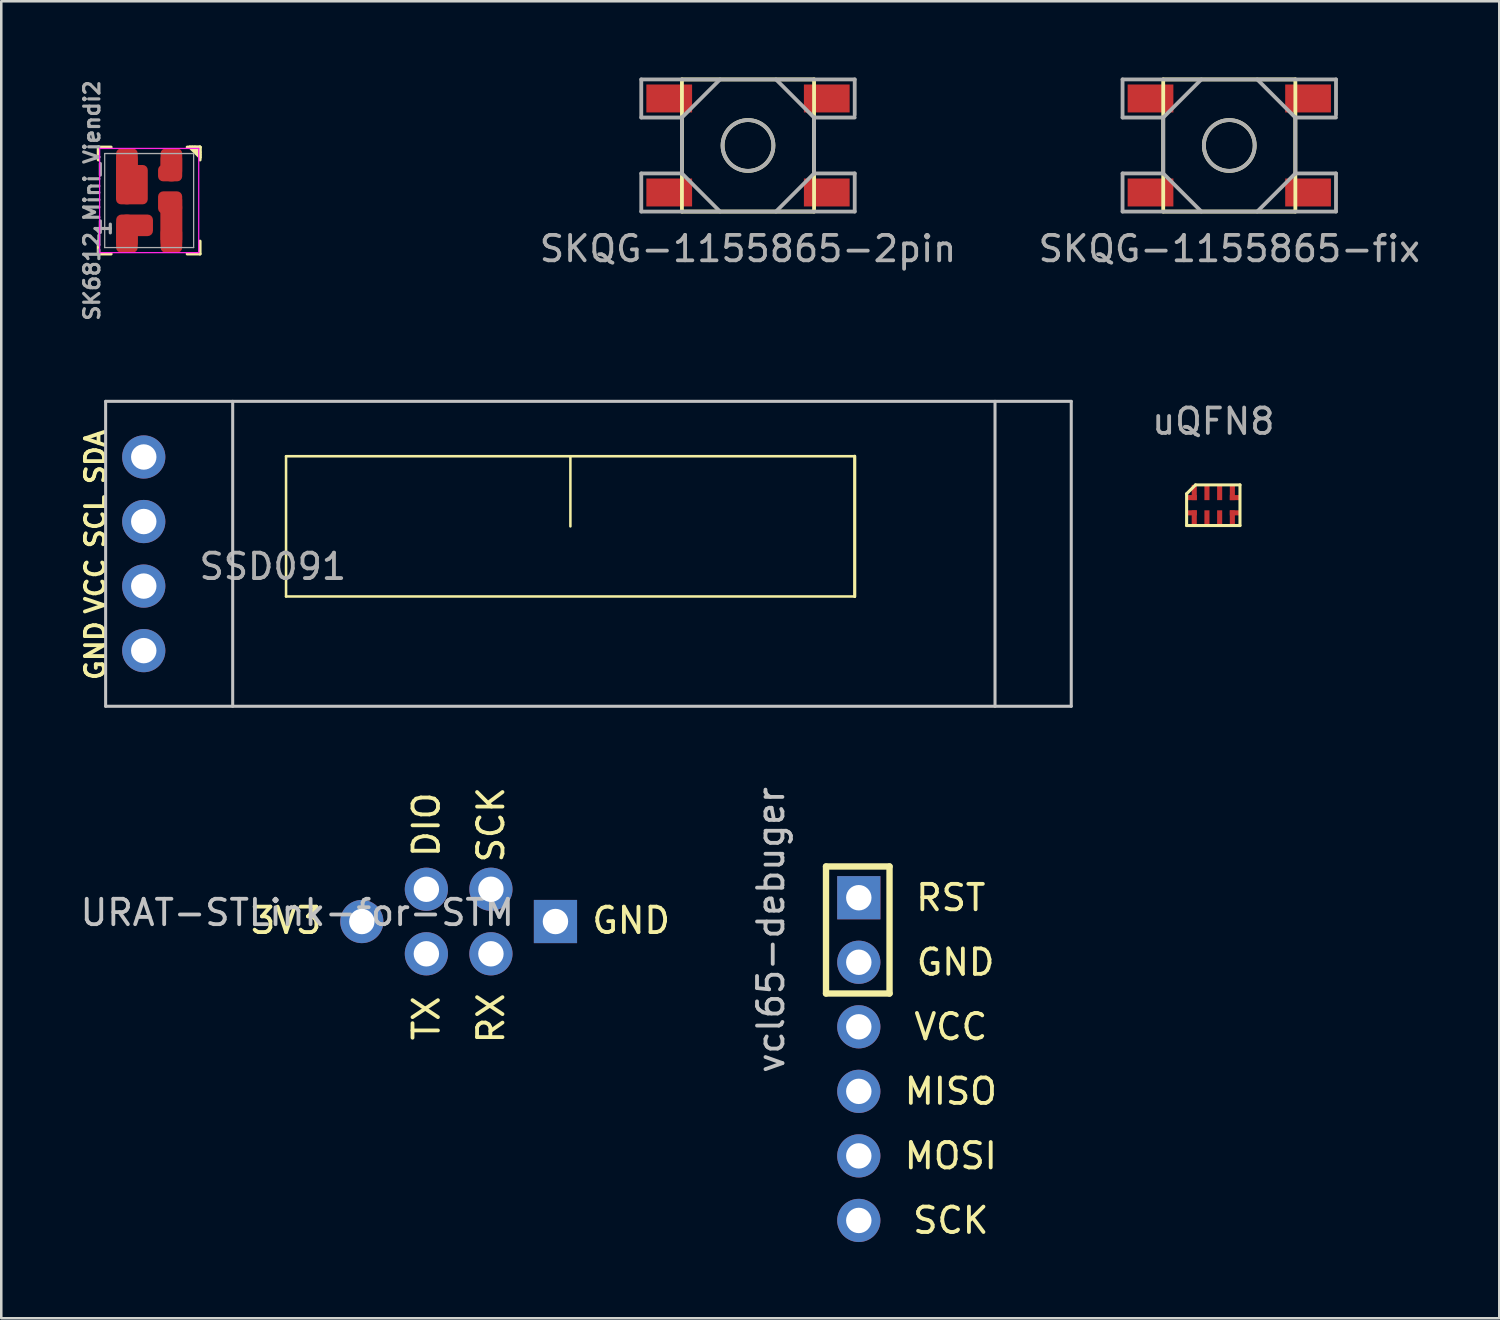
<source format=kicad_pcb>
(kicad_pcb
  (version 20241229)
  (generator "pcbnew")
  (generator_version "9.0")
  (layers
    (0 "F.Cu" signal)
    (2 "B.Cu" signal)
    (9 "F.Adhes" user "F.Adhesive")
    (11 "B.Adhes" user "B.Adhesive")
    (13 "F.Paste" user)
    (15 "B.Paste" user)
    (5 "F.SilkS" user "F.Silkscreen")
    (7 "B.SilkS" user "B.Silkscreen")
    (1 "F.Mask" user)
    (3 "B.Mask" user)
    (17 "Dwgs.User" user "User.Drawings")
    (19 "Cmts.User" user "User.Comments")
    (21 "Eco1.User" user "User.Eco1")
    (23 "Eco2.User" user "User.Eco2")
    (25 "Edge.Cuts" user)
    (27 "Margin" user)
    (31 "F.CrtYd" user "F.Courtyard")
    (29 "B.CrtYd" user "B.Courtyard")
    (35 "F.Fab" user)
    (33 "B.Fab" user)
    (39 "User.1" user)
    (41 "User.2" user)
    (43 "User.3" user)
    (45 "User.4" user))
  (footprint "SSD091"
    (layer "F.Cu")
    (at 19.397 17.664)
    (property "Reference" "SSD091" (at -11.71 1.58 0) (layer "F.Fab") (effects (font (size 1 1) (thickness 0.15))))
    (attr through_hole)
    (fp_line (start -11.19 -2.76) (end -11.19 2.76) (stroke (width 0.1) (type solid)) (layer "F.SilkS"))
    (fp_line (start -11.19 -2.76) (end 11.19 -2.76) (stroke (width 0.1) (type solid)) (layer "F.SilkS"))
    (fp_line (start -11.19 2.76) (end 11.19 2.76) (stroke (width 0.1) (type solid)) (layer "F.SilkS"))
    (fp_line (start 0 -2.76) (end 0 0) (stroke (width 0.1) (type solid)) (layer "F.SilkS"))
    (fp_line (start 11.19 -2.76) (end 11.19 2.76) (stroke (width 0.1) (type solid)) (layer "F.SilkS"))
    (fp_line (start 11.19 2.76) (end 11.19 -2.76) (stroke (width 0.12) (type solid)) (layer "F.SilkS"))
    (fp_line (start -18.29 -4.92) (end -18.29 7.08) (stroke (width 0.12) (type solid)) (layer "Dwgs.User"))
    (fp_line (start -18.29 -4.92) (end 19.71 -4.92) (stroke (width 0.12) (type solid)) (layer "Dwgs.User"))
    (fp_line (start -18.29 7.08) (end 19.71 7.08) (stroke (width 0.12) (type solid)) (layer "Dwgs.User"))
    (fp_line (start -13.29 -4.92) (end -13.29 7.08) (stroke (width 0.12) (type solid)) (layer "Dwgs.User"))
    (fp_line (start 16.71 -4.92) (end 16.71 7.08) (stroke (width 0.12) (type solid)) (layer "Dwgs.User"))
    (fp_line (start 19.71 -4.92) (end 19.71 7.08) (stroke (width 0.12) (type solid)) (layer "Dwgs.User"))
    (fp_text user "SDA" (at -18.695 -2.73 90) (layer "F.SilkS") (effects (font (size 0.75 0.75) (thickness 0.15))))
    (fp_text user "VCC" (at -18.695 2.35 90) (layer "F.SilkS") (effects (font (size 0.75 0.75) (thickness 0.15))))
    (fp_text user "GND" (at -18.695 4.89 90) (layer "F.SilkS") (effects (font (size 0.75 0.75) (thickness 0.15))))
    (fp_text user "SCL" (at -18.695 -0.19 90) (layer "F.SilkS") (effects (font (size 0.75 0.75) (thickness 0.15))))
    (pad "1" thru_hole circle (at -16.79 -2.73) (size 1.7 1.7) (drill 1) (layers "*.Cu" "*.Mask"))
    (pad "2" thru_hole circle (at -16.79 -0.19) (size 1.7 1.7) (drill 1) (layers "*.Cu" "*.Mask"))
    (pad "3" thru_hole circle (at -16.79 2.35) (size 1.7 1.7) (drill 1) (layers "*.Cu" "*.Mask"))
    (pad "4" thru_hole circle (at -16.79 4.89) (size 1.7 1.7) (drill 1) (layers "*.Cu" "*.Mask")))
  (footprint "uQFN8"
    (layer "F.Cu")
    (at 44.697 16.832)
    (property "Reference" "uQFN8" (at 0 -3.3 0) (layer "F.Fab") (effects (font (size 1 1) (thickness 0.15))))
    (attr smd)
    (fp_line (start -1.05 -0.45) (end -1.05 0.8) (stroke (width 0.12) (type solid)) (layer "F.SilkS"))
    (fp_line (start -1.05 -0.45) (end -0.7 -0.8) (stroke (width 0.12) (type solid)) (layer "F.SilkS"))
    (fp_line (start 1.05 -0.8) (end -0.7 -0.8) (stroke (width 0.12) (type solid)) (layer "F.SilkS"))
    (fp_line (start 1.05 -0.8) (end 1.05 0.8) (stroke (width 0.12) (type solid)) (layer "F.SilkS"))
    (fp_line (start 1.05 0.8) (end -1.05 0.8) (stroke (width 0.12) (type solid)) (layer "F.SilkS"))
    (pad "1" smd rect (at -0.85 -0.3 90) (size 0.2 0.4) (layers "F.Cu" "F.Mask" "F.Paste"))
    (pad "1" smd rect (at -0.75 -0.5) (size 0.2 0.6) (layers "F.Cu" "F.Mask" "F.Paste"))
    (pad "2" smd rect (at -0.25 -0.5) (size 0.2 0.6) (layers "F.Cu" "F.Mask" "F.Paste"))
    (pad "3" smd rect (at 0.25 -0.5) (size 0.2 0.6) (layers "F.Cu" "F.Mask" "F.Paste"))
    (pad "4" smd rect (at 0.75 -0.5) (size 0.2 0.6) (layers "F.Cu" "F.Mask" "F.Paste"))
    (pad "4" smd rect (at 0.85 -0.3 90) (size 0.2 0.4) (layers "F.Cu" "F.Mask" "F.Paste"))
    (pad "5" smd rect (at 0.75 0.5 180) (size 0.2 0.6) (layers "F.Cu" "F.Mask" "F.Paste"))
    (pad "5" smd rect (at 0.85 0.3 90) (size 0.2 0.4) (layers "F.Cu" "F.Mask" "F.Paste"))
    (pad "6" smd rect (at 0.25 0.5 180) (size 0.2 0.6) (layers "F.Cu" "F.Mask" "F.Paste"))
    (pad "7" smd rect (at -0.25 0.5 180) (size 0.2 0.6) (layers "F.Cu" "F.Mask" "F.Paste"))
    (pad "8" smd rect (at -0.85 0.3 90) (size 0.2 0.4) (layers "F.Cu" "F.Mask" "F.Paste"))
    (pad "8" smd rect (at -0.75 0.5 180) (size 0.2 0.6) (layers "F.Cu" "F.Mask" "F.Paste")))
  (footprint "SK6812_Mini_Viendi2"
    (layer "F.Cu")
    (at 14.82 4.842)
    (property "Reference" "SK6812_Mini_Viendi2" (at -14.25 0 270) (layer "F.Fab") (effects (font (size 0.6 0.6) (thickness 0.125))))
    (attr smd)
    (fp_line (start -14 -2.1) (end -14 -1.6) (stroke (width 0.125) (type solid)) (layer "F.SilkS"))
    (fp_line (start -14 -2.1) (end -13.5 -2.1) (stroke (width 0.125) (type solid)) (layer "F.SilkS"))
    (fp_line (start -14 2.1) (end -14 1.6) (stroke (width 0.125) (type solid)) (layer "F.SilkS"))
    (fp_line (start -14 2.1) (end -13.5 2.1) (stroke (width 0.125) (type solid)) (layer "F.SilkS"))
    (fp_line (start -10.4 -2.1) (end -10 -2.1) (stroke (width 0.125) (type solid)) (layer "F.SilkS"))
    (fp_line (start -10.3 -2.1) (end -10 -1.8) (stroke (width 0.125) (type solid)) (layer "F.SilkS"))
    (fp_line (start -10.2 -2.1) (end -10 -1.9) (stroke (width 0.125) (type solid)) (layer "F.SilkS"))
    (fp_line (start -10 -2.1) (end -10.5 -2.1) (stroke (width 0.125) (type solid)) (layer "F.SilkS"))
    (fp_line (start -10 -2.1) (end -10 -1.7) (stroke (width 0.125) (type solid)) (layer "F.SilkS"))
    (fp_line (start -10 -2.1) (end -10 -1.6) (stroke (width 0.125) (type solid)) (layer "F.SilkS"))
    (fp_line (start -10 -1.7) (end -10.4 -2.1) (stroke (width 0.125) (type solid)) (layer "F.SilkS"))
    (fp_line (start -10 2.1) (end -10.5 2.1) (stroke (width 0.125) (type solid)) (layer "F.SilkS"))
    (fp_line (start -10 2.1) (end -10 1.6) (stroke (width 0.125) (type solid)) (layer "F.SilkS"))
    (fp_line (start -13.95 -2.05) (end -10.05 -2.05) (stroke (width 0.05) (type solid)) (layer "F.CrtYd"))
    (fp_line (start -13.95 2.05) (end -13.95 -2.05) (stroke (width 0.05) (type solid)) (layer "F.CrtYd"))
    (fp_line (start -10.05 -2.05) (end -10.05 2.05) (stroke (width 0.05) (type solid)) (layer "F.CrtYd"))
    (fp_line (start -10.05 2.05) (end -13.95 2.05) (stroke (width 0.05) (type solid)) (layer "F.CrtYd"))
    (fp_line (start -13.75 -1.85) (end -10.25 -1.85) (stroke (width 0.05) (type solid)) (layer "F.Fab"))
    (fp_line (start -13.75 1.85) (end -13.75 -1.85) (stroke (width 0.05) (type solid)) (layer "F.Fab"))
    (fp_line (start -10.25 -1.85) (end -10.25 1.85) (stroke (width 0.05) (type solid)) (layer "F.Fab"))
    (fp_line (start -10.25 1.85) (end -13.75 1.85) (stroke (width 0.05) (type solid)) (layer "F.Fab"))
    (fp_text user "1" (at -13.8 1.1 270) (layer "F.Fab") (effects (font (size 0.6 0.6) (thickness 0.125))))
    (pad "1" smd oval (at -12.875 1.3 90) (size 1.5 0.85) (layers "F.Cu" "F.Paste"))
    (pad "1" smd roundrect (at -12.875 1.55 90) (size 1 0.85) (layers "F.Cu" "F.Mask") (roundrect_rratio 0.235))
    (pad "1" smd roundrect (at -12.575 0.975 90) (size 0.85 1.45) (layers "F.Cu" "F.Mask") (roundrect_rratio 0.25))
    (pad "2" smd roundrect (at -11.175 0.075 90) (size 0.875 0.95) (layers "F.Cu" "F.Mask") (roundrect_rratio 0.235))
    (pad "2" smd rect (at -11.125 0.75 90) (size 1.6 0.85) (layers "F.Cu" "F.Mask"))
    (pad "2" smd oval (at -11.125 0.95 90) (size 2.2 0.85) (layers "F.Cu" "F.Paste"))
    (pad "2" smd roundrect (at -11.125 1.55 90) (size 1 0.85) (layers "F.Cu" "F.Mask") (roundrect_rratio 0.235))
    (pad "3" smd roundrect (at -11.175 -1.08 90) (size 0.65 0.95) (layers "F.Cu" "F.Mask") (roundrect_rratio 0.307))
    (pad "3" smd roundrect (at -11.125 -1.55 90) (size 1 0.85) (layers "F.Cu" "F.Mask") (roundrect_rratio 0.235))
    (pad "3" smd oval (at -11.125 -1.4 90) (size 1.3 0.85) (layers "F.Cu" "F.Paste"))
    (pad "4" smd roundrect (at -12.875 -1.55 90) (size 1 0.85) (layers "F.Cu" "F.Mask") (roundrect_rratio 0.235))
    (pad "4" smd oval (at -12.875 -0.95 90) (size 2.2 0.85) (layers "F.Cu" "F.Paste"))
    (pad "4" smd roundrect (at -12.68 -0.625 90) (size 1.55 1.25) (layers "F.Cu" "F.Mask") (roundrect_rratio 0.16)))
  (footprint "URAT-STLink-for-STM"
    (layer "F.Cu")
    (at 14.999 33.215)
    (property "Reference" "URAT-STLink-for-STM" (at -6.35 -0.35 180) (layer "Dwgs.User") (effects (font (size 1 1) (thickness 0.15))))
    (attr exclude_from_pos_files exclude_from_bom)
    (fp_text user "GND" (at 6.79 -0.04 180) (layer "F.SilkS") (effects (font (size 1 1) (thickness 0.15))))
    (fp_text user "SCK" (at 1.27 -3.81 90) (layer "F.SilkS") (effects (font (size 1 1) (thickness 0.15))))
    (fp_text user "3V3" (at -6.79 -0.04 180) (layer "F.SilkS") (effects (font (size 1 1) (thickness 0.15))))
    (fp_text user "RX" (at 1.27 3.81 90) (layer "F.SilkS") (effects (font (size 1 1) (thickness 0.15))))
    (fp_text user "DIO" (at -1.27 -3.81 270) (layer "F.SilkS") (effects (font (size 1 1) (thickness 0.15))))
    (fp_text user "TX" (at -1.27 3.81 270) (layer "F.SilkS") (effects (font (size 1 1) (thickness 0.15))))
    (pad "1" thru_hole circle (at -1.27 -1.27) (size 1.7 1.7) (drill 1) (layers "*.Cu" "*.Mask"))
    (pad "2" thru_hole circle (at 1.27 -1.27) (size 1.7 1.7) (drill 1) (layers "*.Cu" "*.Mask"))
    (pad "3" thru_hole circle (at -1.27 1.27) (size 1.7 1.7) (drill 1) (layers "*.Cu" "*.Mask"))
    (pad "4" thru_hole circle (at 1.27 1.27) (size 1.7 1.7) (drill 1) (layers "*.Cu" "*.Mask"))
    (pad "5" thru_hole circle (at -3.81 0) (size 1.7 1.7) (drill 1) (layers "*.Cu" "*.Mask"))
    (pad "6" thru_hole rect (at 3.81 0) (size 1.7 1.7) (drill 1) (layers "*.Cu" "*.Mask")))
  (footprint "vcl65-debuger"
    (layer "F.Cu")
    (at 30.746 38.628)
    (property "Reference" "vcl65-debuger" (at -3.46 -5.08 270) (layer "Dwgs.User") (effects (font (size 1 1) (thickness 0.15))))
    (attr exclude_from_pos_files exclude_from_bom)
    (fp_line (start -1.29 -7.58) (end 1.21 -7.58) (stroke (width 0.25) (type solid)) (layer "F.SilkS"))
    (fp_line (start -1.29 -2.58) (end -1.29 -7.58) (stroke (width 0.25) (type solid)) (layer "F.SilkS"))
    (fp_line (start 1.21 -7.58) (end 1.21 -2.58) (stroke (width 0.25) (type solid)) (layer "F.SilkS"))
    (fp_line (start 1.21 -2.58) (end -1.29 -2.58) (stroke (width 0.25) (type solid)) (layer "F.SilkS"))
    (fp_text user "VCC" (at 3.62 -1.27 0) (layer "F.SilkS") (effects (font (size 1 1) (thickness 0.15))))
    (fp_text user "RST" (at 3.62 -6.35 0) (layer "F.SilkS") (effects (font (size 1 1) (thickness 0.15))))
    (fp_text user "SCK" (at 3.62 6.35 0) (layer "F.SilkS") (effects (font (size 1 1) (thickness 0.15))))
    (fp_text user "MISO" (at 3.62 1.27 0) (layer "F.SilkS") (effects (font (size 1 1) (thickness 0.15))))
    (fp_text user "GND" (at 3.81 -3.81 0) (layer "F.SilkS") (effects (font (size 1 1) (thickness 0.15))))
    (fp_text user "MOSI" (at 3.62 3.81 0) (layer "F.SilkS") (effects (font (size 1 1) (thickness 0.15))))
    (pad "1" thru_hole circle (at 0 1.27) (size 1.7 1.7) (drill 1) (layers "*.Cu" "*.Mask"))
    (pad "2" thru_hole circle (at 0 -1.27 180) (size 1.7 1.7) (drill 1) (layers "*.Cu" "*.Mask"))
    (pad "3" thru_hole circle (at 0 6.35) (size 1.7 1.7) (drill 1) (layers "*.Cu" "*.Mask"))
    (pad "4" thru_hole circle (at 0 3.81 180) (size 1.7 1.7) (drill 1) (layers "*.Cu" "*.Mask"))
    (pad "5" thru_hole circle (at 0 -3.81 90) (size 1.7 1.7) (drill 1) (layers "*.Cu" "*.Mask"))
    (pad "6" thru_hole rect (at 0 -6.35 90) (size 1.7 1.7) (drill 1) (layers "*.Cu" "*.Mask")))
  (footprint "SKQG-1155865-fix"
    (layer "F.Cu")
    (at 45.326 2.675)
    (property "Reference" "SKQG-1155865-fix" (at 0 4.064 0) (layer "F.Fab") (effects (font (size 1 1) (thickness 0.15))))
    (attr smd)
    (fp_line (start -2.6 -2.6) (end 2.6 -2.6) (stroke (width 0.15) (type solid)) (layer "F.SilkS"))
    (fp_line (start -2.6 2.6) (end -2.6 -2.6) (stroke (width 0.15) (type solid)) (layer "F.SilkS"))
    (fp_line (start 2.6 -2.6) (end 2.6 2.6) (stroke (width 0.15) (type solid)) (layer "F.SilkS"))
    (fp_line (start 2.6 2.6) (end -2.6 2.6) (stroke (width 0.15) (type solid)) (layer "F.SilkS"))
    (fp_circle (center 0 0) (end 1 0) (stroke (width 0.15) (type solid)) (fill no) (layer "F.SilkS"))
    (fp_line (start -4.2 -2.6) (end 4.2 -2.6) (stroke (width 0.15) (type solid)) (layer "F.Fab"))
    (fp_line (start -4.2 -1.1) (end -4.2 -2.6) (stroke (width 0.15) (type solid)) (layer "F.Fab"))
    (fp_line (start -4.2 1.1) (end -2.6 1.1) (stroke (width 0.15) (type solid)) (layer "F.Fab"))
    (fp_line (start -4.2 2.6) (end -4.2 1.1) (stroke (width 0.15) (type solid)) (layer "F.Fab"))
    (fp_line (start -2.6 -1.1) (end -4.2 -1.1) (stroke (width 0.15) (type solid)) (layer "F.Fab"))
    (fp_line (start -2.6 -1.1) (end -1.1 -2.6) (stroke (width 0.15) (type solid)) (layer "F.Fab"))
    (fp_line (start -2.6 1.1) (end -2.6 -1.1) (stroke (width 0.15) (type solid)) (layer "F.Fab"))
    (fp_line (start -2.6 1.1) (end -1.1 2.6) (stroke (width 0.15) (type solid)) (layer "F.Fab"))
    (fp_line (start 2.6 -1.1) (end 1.1 -2.6) (stroke (width 0.15) (type solid)) (layer "F.Fab"))
    (fp_line (start 2.6 -1.1) (end 2.6 1.1) (stroke (width 0.15) (type solid)) (layer "F.Fab"))
    (fp_line (start 2.6 1.1) (end 1.1 2.6) (stroke (width 0.15) (type solid)) (layer "F.Fab"))
    (fp_line (start 2.6 1.1) (end 4.2 1.1) (stroke (width 0.15) (type solid)) (layer "F.Fab"))
    (fp_line (start 4.2 -2.6) (end 4.2 -1.2) (stroke (width 0.15) (type solid)) (layer "F.Fab"))
    (fp_line (start 4.2 -1.1) (end 2.6 -1.1) (stroke (width 0.15) (type solid)) (layer "F.Fab"))
    (fp_line (start 4.2 1.1) (end 4.2 2.6) (stroke (width 0.15) (type solid)) (layer "F.Fab"))
    (fp_line (start 4.2 2.6) (end -4.2 2.6) (stroke (width 0.15) (type solid)) (layer "F.Fab"))
    (fp_circle (center 0 0) (end 1 0) (stroke (width 0.15) (type solid)) (fill no) (layer "F.Fab"))
    (pad "1" smd rect (at -3.1 1.85) (size 1.8 1.1) (layers "F.Cu" "F.Mask" "F.Paste"))
    (pad "1" smd rect (at 3.1 1.85) (size 1.8 1.1) (layers "F.Cu" "F.Mask" "F.Paste"))
    (pad "2" smd rect (at -3.1 -1.85) (size 1.8 1.1) (layers "F.Cu" "F.Mask" "F.Paste"))
    (pad "2" smd rect (at 3.1 -1.85) (size 1.8 1.1) (layers "F.Cu" "F.Mask" "F.Paste")))
  (footprint "SKQG-1155865-2pin"
    (layer "F.Cu")
    (at 26.386 2.675)
    (property "Reference" "SKQG-1155865-2pin" (at 0 4.064 180) (layer "F.Fab") (effects (font (size 1 1) (thickness 0.15))))
    (attr smd)
    (fp_line (start -2.6 -2.6) (end 2.6 -2.6) (stroke (width 0.15) (type solid)) (layer "F.SilkS"))
    (fp_line (start -2.6 2.6) (end -2.6 -2.6) (stroke (width 0.15) (type solid)) (layer "F.SilkS"))
    (fp_line (start 2.6 -2.6) (end 2.6 2.6) (stroke (width 0.15) (type solid)) (layer "F.SilkS"))
    (fp_line (start 2.6 2.6) (end -2.6 2.6) (stroke (width 0.15) (type solid)) (layer "F.SilkS"))
    (fp_circle (center 0 0) (end 1 0) (stroke (width 0.15) (type solid)) (fill no) (layer "F.SilkS"))
    (fp_line (start -4.2 -2.6) (end 4.2 -2.6) (stroke (width 0.15) (type solid)) (layer "F.Fab"))
    (fp_line (start -4.2 -1.1) (end -4.2 -2.6) (stroke (width 0.15) (type solid)) (layer "F.Fab"))
    (fp_line (start -4.2 1.1) (end -2.6 1.1) (stroke (width 0.15) (type solid)) (layer "F.Fab"))
    (fp_line (start -4.2 2.6) (end -4.2 1.1) (stroke (width 0.15) (type solid)) (layer "F.Fab"))
    (fp_line (start -2.6 -1.1) (end -4.2 -1.1) (stroke (width 0.15) (type solid)) (layer "F.Fab"))
    (fp_line (start -2.6 -1.1) (end -1.1 -2.6) (stroke (width 0.15) (type solid)) (layer "F.Fab"))
    (fp_line (start -2.6 1.1) (end -2.6 -1.1) (stroke (width 0.15) (type solid)) (layer "F.Fab"))
    (fp_line (start -2.6 1.1) (end -1.1 2.6) (stroke (width 0.15) (type solid)) (layer "F.Fab"))
    (fp_line (start 2.6 -1.1) (end 1.1 -2.6) (stroke (width 0.15) (type solid)) (layer "F.Fab"))
    (fp_line (start 2.6 -1.1) (end 2.6 1.1) (stroke (width 0.15) (type solid)) (layer "F.Fab"))
    (fp_line (start 2.6 1.1) (end 1.1 2.6) (stroke (width 0.15) (type solid)) (layer "F.Fab"))
    (fp_line (start 2.6 1.1) (end 4.2 1.1) (stroke (width 0.15) (type solid)) (layer "F.Fab"))
    (fp_line (start 4.2 -2.6) (end 4.2 -1.2) (stroke (width 0.15) (type solid)) (layer "F.Fab"))
    (fp_line (start 4.2 -1.1) (end 2.6 -1.1) (stroke (width 0.15) (type solid)) (layer "F.Fab"))
    (fp_line (start 4.2 1.1) (end 4.2 2.6) (stroke (width 0.15) (type solid)) (layer "F.Fab"))
    (fp_line (start 4.2 2.6) (end -4.2 2.6) (stroke (width 0.15) (type solid)) (layer "F.Fab"))
    (fp_circle (center 0 0) (end 1 0) (stroke (width 0.15) (type solid)) (fill no) (layer "F.Fab"))
    (pad "1" smd rect (at -3.1 1.85) (size 1.8 1.1) (layers "F.Cu" "F.Mask" "F.Paste"))
    (pad "1" smd rect (at 3.1 1.85) (size 1.8 1.1) (layers "F.Cu" "F.Mask" "F.Paste"))
    (pad "2" smd rect (at -3.1 -1.85) (size 1.8 1.1) (layers "F.Cu" "F.Mask" "F.Paste"))
    (pad "2" smd rect (at 3.1 -1.85) (size 1.8 1.1) (layers "F.Cu" "F.Mask" "F.Paste")))
  (gr_rect
    (start -3 -3)
    (end 55.951 48.828)
    (stroke (width 0.1) (type default))
    (fill no)
    (layer "Edge.Cuts")))
</source>
